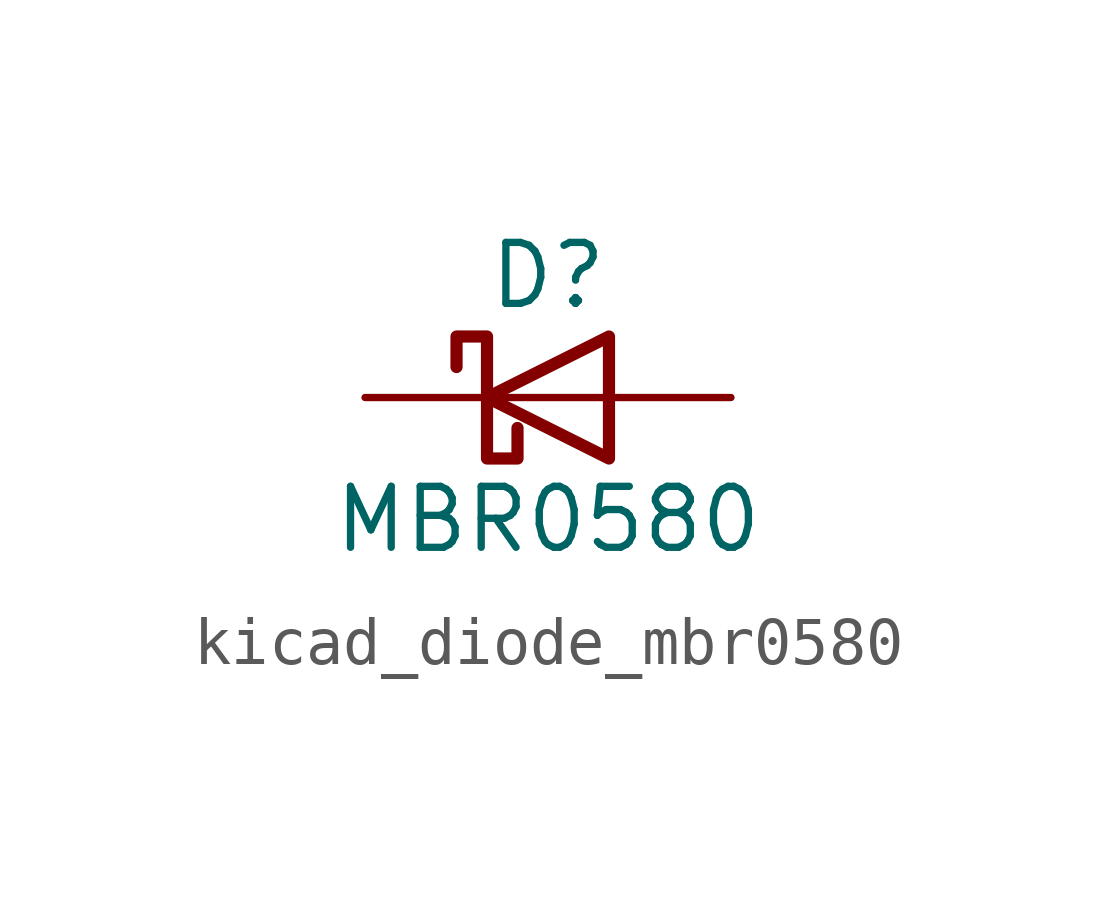
<source format=kicad_sym>
(kicad_symbol_lib
  (version 20220914)
  (generator kicad_symbol_editor)
  (symbol "kicad_diode_mbr0580"
    (pin_numbers hide)
    (pin_names
      (offset 1.016) hide)
    (property "Reference" "D"
      (at 0 2.54 0)
      (effects (font (size 1.27 1.27))))
    (property "Value" "MBR0580"
      (at 0 -2.54 0)
      (effects (font (size 1.27 1.27))))
    (symbol "kicad_diode_mbr0580_0_1"
      (polyline (pts (xy 1.27 0) (xy -1.27 0)) (stroke (width 0) (type default)) (fill (type none)))
      (polyline (pts (xy 1.27 1.27) (xy 1.27 -1.27) (xy -1.27 0) (xy 1.27 1.27)) (stroke (width 0.254) (type default)) (fill (type none)))
      (polyline (pts (xy -1.905 0.635) (xy -1.905 1.27) (xy -1.27 1.27) (xy -1.27 -1.27) (xy -0.635 -1.27) (xy -0.635 -0.635)) (stroke (width 0.254) (type default)) (fill (type none))))
    (symbol "kicad_diode_mbr0580_1_1"
      (pin passive line (at -3.81 0 0) (length 2.54) (name "K" (effects (font (size 1.27 1.27)))) (number "1" (effects (font (size 1.27 1.27)))))
      (pin passive line (at 3.81 0 180) (length 2.54) (name "A" (effects (font (size 1.27 1.27)))) (number "2" (effects (font (size 1.27 1.27))))))))
</source>
